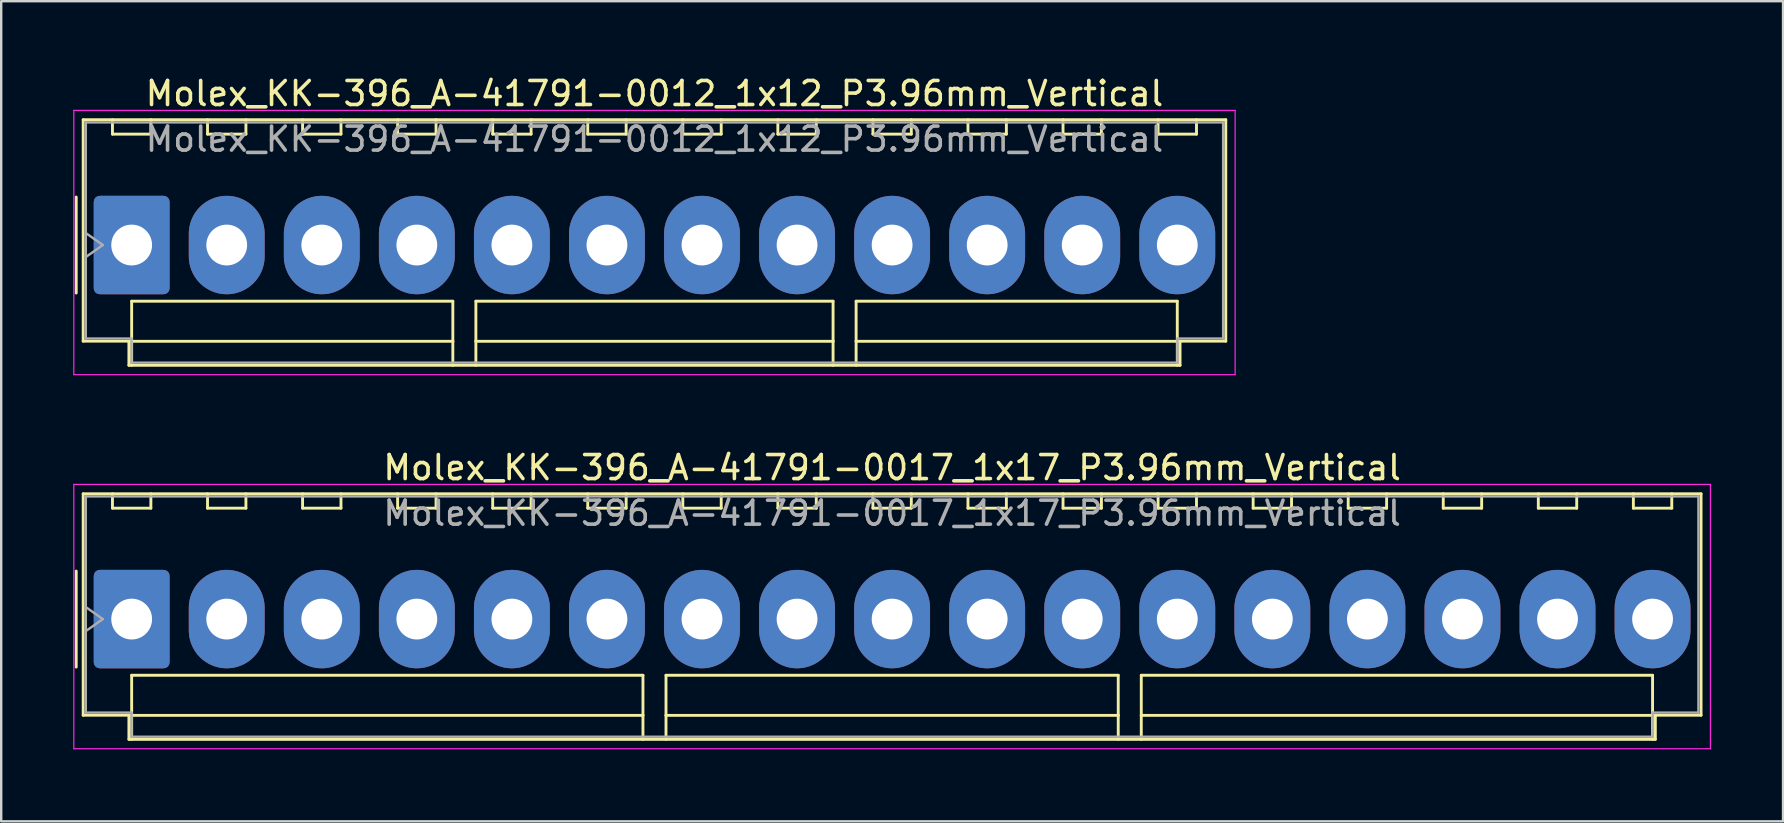
<source format=kicad_pcb>
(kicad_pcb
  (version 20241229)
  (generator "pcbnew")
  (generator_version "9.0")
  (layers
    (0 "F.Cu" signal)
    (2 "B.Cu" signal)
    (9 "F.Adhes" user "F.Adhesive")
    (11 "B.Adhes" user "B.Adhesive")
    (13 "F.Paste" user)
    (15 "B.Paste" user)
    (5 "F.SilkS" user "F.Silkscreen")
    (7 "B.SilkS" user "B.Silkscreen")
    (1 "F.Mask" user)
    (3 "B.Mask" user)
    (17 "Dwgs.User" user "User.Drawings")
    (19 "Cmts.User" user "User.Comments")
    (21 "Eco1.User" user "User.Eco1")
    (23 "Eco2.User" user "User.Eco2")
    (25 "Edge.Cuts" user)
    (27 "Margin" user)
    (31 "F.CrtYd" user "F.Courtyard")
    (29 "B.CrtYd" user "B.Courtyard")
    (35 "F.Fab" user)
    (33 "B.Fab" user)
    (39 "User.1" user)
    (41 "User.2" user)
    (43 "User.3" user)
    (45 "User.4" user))
  (footprint "Molex_KK-396_A-41791-0012_1x12_P3.96mm_Vertical"
    (layer "F.Cu")
    (at 2.435 7.158)
    (property "Reference" "Molex_KK-396_A-41791-0012_1x12_P3.96mm_Vertical" (at 21.78 -6.31 0) (layer "F.SilkS") (effects (font (size 1 1) (thickness 0.15))))
    (attr through_hole)
    (fp_line (start -2.31 -2) (end -2.31 2) (stroke (width 0.12) (type solid)) (layer "F.SilkS"))
    (fp_line (start -2.02 -5.22) (end 45.58 -5.22) (stroke (width 0.12) (type solid)) (layer "F.SilkS"))
    (fp_line (start -2.02 4.005) (end -2.02 -5.22) (stroke (width 0.12) (type solid)) (layer "F.SilkS"))
    (fp_line (start -0.8 -5.22) (end -0.8 -4.62) (stroke (width 0.12) (type solid)) (layer "F.SilkS"))
    (fp_line (start -0.8 -4.62) (end 0.8 -4.62) (stroke (width 0.12) (type solid)) (layer "F.SilkS"))
    (fp_line (start -0.115 4.005) (end -2.02 4.005) (stroke (width 0.12) (type solid)) (layer "F.SilkS"))
    (fp_line (start -0.115 5.01) (end -0.115 4.005) (stroke (width 0.12) (type solid)) (layer "F.SilkS"))
    (fp_line (start 0 2.34) (end 13.38 2.34) (stroke (width 0.12) (type solid)) (layer "F.SilkS"))
    (fp_line (start 0 4.01) (end 0 2.34) (stroke (width 0.12) (type solid)) (layer "F.SilkS"))
    (fp_line (start 0 4.01) (end 13.38 4.01) (stroke (width 0.12) (type solid)) (layer "F.SilkS"))
    (fp_line (start 0 5.01) (end 0 4.01) (stroke (width 0.12) (type solid)) (layer "F.SilkS"))
    (fp_line (start 0.8 -4.62) (end 0.8 -5.22) (stroke (width 0.12) (type solid)) (layer "F.SilkS"))
    (fp_line (start 3.16 -5.22) (end 3.16 -4.62) (stroke (width 0.12) (type solid)) (layer "F.SilkS"))
    (fp_line (start 3.16 -4.62) (end 4.76 -4.62) (stroke (width 0.12) (type solid)) (layer "F.SilkS"))
    (fp_line (start 4.76 -4.62) (end 4.76 -5.22) (stroke (width 0.12) (type solid)) (layer "F.SilkS"))
    (fp_line (start 7.12 -5.22) (end 7.12 -4.62) (stroke (width 0.12) (type solid)) (layer "F.SilkS"))
    (fp_line (start 7.12 -4.62) (end 8.72 -4.62) (stroke (width 0.12) (type solid)) (layer "F.SilkS"))
    (fp_line (start 8.72 -4.62) (end 8.72 -5.22) (stroke (width 0.12) (type solid)) (layer "F.SilkS"))
    (fp_line (start 11.08 -5.22) (end 11.08 -4.62) (stroke (width 0.12) (type solid)) (layer "F.SilkS"))
    (fp_line (start 11.08 -4.62) (end 12.68 -4.62) (stroke (width 0.12) (type solid)) (layer "F.SilkS"))
    (fp_line (start 12.68 -4.62) (end 12.68 -5.22) (stroke (width 0.12) (type solid)) (layer "F.SilkS"))
    (fp_line (start 13.38 2.34) (end 13.38 4.01) (stroke (width 0.12) (type solid)) (layer "F.SilkS"))
    (fp_line (start 13.38 4.01) (end 13.38 5.01) (stroke (width 0.12) (type solid)) (layer "F.SilkS"))
    (fp_line (start 14.34 2.34) (end 29.22 2.34) (stroke (width 0.12) (type solid)) (layer "F.SilkS"))
    (fp_line (start 14.34 4.01) (end 14.34 2.34) (stroke (width 0.12) (type solid)) (layer "F.SilkS"))
    (fp_line (start 14.34 4.01) (end 29.22 4.01) (stroke (width 0.12) (type solid)) (layer "F.SilkS"))
    (fp_line (start 14.34 5.01) (end 14.34 4.01) (stroke (width 0.12) (type solid)) (layer "F.SilkS"))
    (fp_line (start 15.04 -5.22) (end 15.04 -4.62) (stroke (width 0.12) (type solid)) (layer "F.SilkS"))
    (fp_line (start 15.04 -4.62) (end 16.64 -4.62) (stroke (width 0.12) (type solid)) (layer "F.SilkS"))
    (fp_line (start 16.64 -4.62) (end 16.64 -5.22) (stroke (width 0.12) (type solid)) (layer "F.SilkS"))
    (fp_line (start 19 -5.22) (end 19 -4.62) (stroke (width 0.12) (type solid)) (layer "F.SilkS"))
    (fp_line (start 19 -4.62) (end 20.6 -4.62) (stroke (width 0.12) (type solid)) (layer "F.SilkS"))
    (fp_line (start 20.6 -4.62) (end 20.6 -5.22) (stroke (width 0.12) (type solid)) (layer "F.SilkS"))
    (fp_line (start 22.96 -5.22) (end 22.96 -4.62) (stroke (width 0.12) (type solid)) (layer "F.SilkS"))
    (fp_line (start 22.96 -4.62) (end 24.56 -4.62) (stroke (width 0.12) (type solid)) (layer "F.SilkS"))
    (fp_line (start 24.56 -4.62) (end 24.56 -5.22) (stroke (width 0.12) (type solid)) (layer "F.SilkS"))
    (fp_line (start 26.92 -5.22) (end 26.92 -4.62) (stroke (width 0.12) (type solid)) (layer "F.SilkS"))
    (fp_line (start 26.92 -4.62) (end 28.52 -4.62) (stroke (width 0.12) (type solid)) (layer "F.SilkS"))
    (fp_line (start 28.52 -4.62) (end 28.52 -5.22) (stroke (width 0.12) (type solid)) (layer "F.SilkS"))
    (fp_line (start 29.22 2.34) (end 29.22 4.01) (stroke (width 0.12) (type solid)) (layer "F.SilkS"))
    (fp_line (start 29.22 4.01) (end 29.22 5.01) (stroke (width 0.12) (type solid)) (layer "F.SilkS"))
    (fp_line (start 30.18 2.34) (end 43.56 2.34) (stroke (width 0.12) (type solid)) (layer "F.SilkS"))
    (fp_line (start 30.18 4.01) (end 30.18 2.34) (stroke (width 0.12) (type solid)) (layer "F.SilkS"))
    (fp_line (start 30.18 4.01) (end 43.56 4.01) (stroke (width 0.12) (type solid)) (layer "F.SilkS"))
    (fp_line (start 30.18 5.01) (end 30.18 4.01) (stroke (width 0.12) (type solid)) (layer "F.SilkS"))
    (fp_line (start 30.88 -5.22) (end 30.88 -4.62) (stroke (width 0.12) (type solid)) (layer "F.SilkS"))
    (fp_line (start 30.88 -4.62) (end 32.48 -4.62) (stroke (width 0.12) (type solid)) (layer "F.SilkS"))
    (fp_line (start 32.48 -4.62) (end 32.48 -5.22) (stroke (width 0.12) (type solid)) (layer "F.SilkS"))
    (fp_line (start 34.84 -5.22) (end 34.84 -4.62) (stroke (width 0.12) (type solid)) (layer "F.SilkS"))
    (fp_line (start 34.84 -4.62) (end 36.44 -4.62) (stroke (width 0.12) (type solid)) (layer "F.SilkS"))
    (fp_line (start 36.44 -4.62) (end 36.44 -5.22) (stroke (width 0.12) (type solid)) (layer "F.SilkS"))
    (fp_line (start 38.8 -5.22) (end 38.8 -4.62) (stroke (width 0.12) (type solid)) (layer "F.SilkS"))
    (fp_line (start 38.8 -4.62) (end 40.4 -4.62) (stroke (width 0.12) (type solid)) (layer "F.SilkS"))
    (fp_line (start 40.4 -4.62) (end 40.4 -5.22) (stroke (width 0.12) (type solid)) (layer "F.SilkS"))
    (fp_line (start 42.76 -5.22) (end 42.76 -4.62) (stroke (width 0.12) (type solid)) (layer "F.SilkS"))
    (fp_line (start 42.76 -4.62) (end 44.36 -4.62) (stroke (width 0.12) (type solid)) (layer "F.SilkS"))
    (fp_line (start 43.56 2.34) (end 43.56 4.01) (stroke (width 0.12) (type solid)) (layer "F.SilkS"))
    (fp_line (start 43.56 4.01) (end 43.56 5.01) (stroke (width 0.12) (type solid)) (layer "F.SilkS"))
    (fp_line (start 43.675 4.005) (end 43.675 5.01) (stroke (width 0.12) (type solid)) (layer "F.SilkS"))
    (fp_line (start 43.675 5.01) (end -0.115 5.01) (stroke (width 0.12) (type solid)) (layer "F.SilkS"))
    (fp_line (start 44.36 -4.62) (end 44.36 -5.22) (stroke (width 0.12) (type solid)) (layer "F.SilkS"))
    (fp_line (start 45.58 -5.22) (end 45.58 4.005) (stroke (width 0.12) (type solid)) (layer "F.SilkS"))
    (fp_line (start 45.58 4.005) (end 43.675 4.005) (stroke (width 0.12) (type solid)) (layer "F.SilkS"))
    (fp_line (start -2.41 -5.61) (end -2.41 5.4) (stroke (width 0.05) (type solid)) (layer "F.CrtYd"))
    (fp_line (start -2.41 5.4) (end 45.97 5.4) (stroke (width 0.05) (type solid)) (layer "F.CrtYd"))
    (fp_line (start 45.97 -5.61) (end -2.41 -5.61) (stroke (width 0.05) (type solid)) (layer "F.CrtYd"))
    (fp_line (start 45.97 5.4) (end 45.97 -5.61) (stroke (width 0.05) (type solid)) (layer "F.CrtYd"))
    (fp_line (start -1.91 -5.11) (end 45.47 -5.11) (stroke (width 0.1) (type solid)) (layer "F.Fab"))
    (fp_line (start -1.91 -0.5) (end -1.203 0) (stroke (width 0.1) (type solid)) (layer "F.Fab"))
    (fp_line (start -1.91 3.895) (end -1.91 -5.11) (stroke (width 0.1) (type solid)) (layer "F.Fab"))
    (fp_line (start -1.203 0) (end -1.91 0.5) (stroke (width 0.1) (type solid)) (layer "F.Fab"))
    (fp_line (start -0.005 3.895) (end -1.91 3.895) (stroke (width 0.1) (type solid)) (layer "F.Fab"))
    (fp_line (start -0.005 4.9) (end -0.005 3.895) (stroke (width 0.1) (type solid)) (layer "F.Fab"))
    (fp_line (start 43.565 3.895) (end 43.565 4.9) (stroke (width 0.1) (type solid)) (layer "F.Fab"))
    (fp_line (start 43.565 4.9) (end -0.005 4.9) (stroke (width 0.1) (type solid)) (layer "F.Fab"))
    (fp_line (start 45.47 -5.11) (end 45.47 3.895) (stroke (width 0.1) (type solid)) (layer "F.Fab"))
    (fp_line (start 45.47 3.895) (end 43.565 3.895) (stroke (width 0.1) (type solid)) (layer "F.Fab"))
    (fp_text user "${REFERENCE}" (at 21.78 -4.41 0) (layer "F.Fab") (effects (font (size 1 1) (thickness 0.15))))
    (pad "1" thru_hole roundrect (at 0 0) (size 3.16 4.1) (drill 1.7) (layers "*.Cu" "*.Mask") (roundrect_rratio 0.079))
    (pad "2" thru_hole oval (at 3.96 0) (size 3.16 4.1) (drill 1.7) (layers "*.Cu" "*.Mask"))
    (pad "3" thru_hole oval (at 7.92 0) (size 3.16 4.1) (drill 1.7) (layers "*.Cu" "*.Mask"))
    (pad "4" thru_hole oval (at 11.88 0) (size 3.16 4.1) (drill 1.7) (layers "*.Cu" "*.Mask"))
    (pad "5" thru_hole oval (at 15.84 0) (size 3.16 4.1) (drill 1.7) (layers "*.Cu" "*.Mask"))
    (pad "6" thru_hole oval (at 19.8 0) (size 3.16 4.1) (drill 1.7) (layers "*.Cu" "*.Mask"))
    (pad "7" thru_hole oval (at 23.76 0) (size 3.16 4.1) (drill 1.7) (layers "*.Cu" "*.Mask"))
    (pad "8" thru_hole oval (at 27.72 0) (size 3.16 4.1) (drill 1.7) (layers "*.Cu" "*.Mask"))
    (pad "9" thru_hole oval (at 31.68 0) (size 3.16 4.1) (drill 1.7) (layers "*.Cu" "*.Mask"))
    (pad "10" thru_hole oval (at 35.64 0) (size 3.16 4.1) (drill 1.7) (layers "*.Cu" "*.Mask"))
    (pad "11" thru_hole oval (at 39.6 0) (size 3.16 4.1) (drill 1.7) (layers "*.Cu" "*.Mask"))
    (pad "12" thru_hole oval (at 43.56 0) (size 3.16 4.1) (drill 1.7) (layers "*.Cu" "*.Mask")))
  (footprint "Molex_KK-396_A-41791-0017_1x17_P3.96mm_Vertical"
    (layer "F.Cu")
    (at 2.435 22.741)
    (property "Reference" "Molex_KK-396_A-41791-0017_1x17_P3.96mm_Vertical" (at 31.68 -6.31 0) (layer "F.SilkS") (effects (font (size 1 1) (thickness 0.15))))
    (attr through_hole)
    (fp_line (start -2.31 -2) (end -2.31 2) (stroke (width 0.12) (type solid)) (layer "F.SilkS"))
    (fp_line (start -2.02 -5.22) (end 65.38 -5.22) (stroke (width 0.12) (type solid)) (layer "F.SilkS"))
    (fp_line (start -2.02 4.005) (end -2.02 -5.22) (stroke (width 0.12) (type solid)) (layer "F.SilkS"))
    (fp_line (start -0.8 -5.22) (end -0.8 -4.62) (stroke (width 0.12) (type solid)) (layer "F.SilkS"))
    (fp_line (start -0.8 -4.62) (end 0.8 -4.62) (stroke (width 0.12) (type solid)) (layer "F.SilkS"))
    (fp_line (start -0.115 4.005) (end -2.02 4.005) (stroke (width 0.12) (type solid)) (layer "F.SilkS"))
    (fp_line (start -0.115 5.01) (end -0.115 4.005) (stroke (width 0.12) (type solid)) (layer "F.SilkS"))
    (fp_line (start 0 2.34) (end 21.3 2.34) (stroke (width 0.12) (type solid)) (layer "F.SilkS"))
    (fp_line (start 0 4.01) (end 0 2.34) (stroke (width 0.12) (type solid)) (layer "F.SilkS"))
    (fp_line (start 0 4.01) (end 21.3 4.01) (stroke (width 0.12) (type solid)) (layer "F.SilkS"))
    (fp_line (start 0 5.01) (end 0 4.01) (stroke (width 0.12) (type solid)) (layer "F.SilkS"))
    (fp_line (start 0.8 -4.62) (end 0.8 -5.22) (stroke (width 0.12) (type solid)) (layer "F.SilkS"))
    (fp_line (start 3.16 -5.22) (end 3.16 -4.62) (stroke (width 0.12) (type solid)) (layer "F.SilkS"))
    (fp_line (start 3.16 -4.62) (end 4.76 -4.62) (stroke (width 0.12) (type solid)) (layer "F.SilkS"))
    (fp_line (start 4.76 -4.62) (end 4.76 -5.22) (stroke (width 0.12) (type solid)) (layer "F.SilkS"))
    (fp_line (start 7.12 -5.22) (end 7.12 -4.62) (stroke (width 0.12) (type solid)) (layer "F.SilkS"))
    (fp_line (start 7.12 -4.62) (end 8.72 -4.62) (stroke (width 0.12) (type solid)) (layer "F.SilkS"))
    (fp_line (start 8.72 -4.62) (end 8.72 -5.22) (stroke (width 0.12) (type solid)) (layer "F.SilkS"))
    (fp_line (start 11.08 -5.22) (end 11.08 -4.62) (stroke (width 0.12) (type solid)) (layer "F.SilkS"))
    (fp_line (start 11.08 -4.62) (end 12.68 -4.62) (stroke (width 0.12) (type solid)) (layer "F.SilkS"))
    (fp_line (start 12.68 -4.62) (end 12.68 -5.22) (stroke (width 0.12) (type solid)) (layer "F.SilkS"))
    (fp_line (start 15.04 -5.22) (end 15.04 -4.62) (stroke (width 0.12) (type solid)) (layer "F.SilkS"))
    (fp_line (start 15.04 -4.62) (end 16.64 -4.62) (stroke (width 0.12) (type solid)) (layer "F.SilkS"))
    (fp_line (start 16.64 -4.62) (end 16.64 -5.22) (stroke (width 0.12) (type solid)) (layer "F.SilkS"))
    (fp_line (start 19 -5.22) (end 19 -4.62) (stroke (width 0.12) (type solid)) (layer "F.SilkS"))
    (fp_line (start 19 -4.62) (end 20.6 -4.62) (stroke (width 0.12) (type solid)) (layer "F.SilkS"))
    (fp_line (start 20.6 -4.62) (end 20.6 -5.22) (stroke (width 0.12) (type solid)) (layer "F.SilkS"))
    (fp_line (start 21.3 2.34) (end 21.3 4.01) (stroke (width 0.12) (type solid)) (layer "F.SilkS"))
    (fp_line (start 21.3 4.01) (end 21.3 5.01) (stroke (width 0.12) (type solid)) (layer "F.SilkS"))
    (fp_line (start 22.26 2.34) (end 41.1 2.34) (stroke (width 0.12) (type solid)) (layer "F.SilkS"))
    (fp_line (start 22.26 4.01) (end 22.26 2.34) (stroke (width 0.12) (type solid)) (layer "F.SilkS"))
    (fp_line (start 22.26 4.01) (end 41.1 4.01) (stroke (width 0.12) (type solid)) (layer "F.SilkS"))
    (fp_line (start 22.26 5.01) (end 22.26 4.01) (stroke (width 0.12) (type solid)) (layer "F.SilkS"))
    (fp_line (start 22.96 -5.22) (end 22.96 -4.62) (stroke (width 0.12) (type solid)) (layer "F.SilkS"))
    (fp_line (start 22.96 -4.62) (end 24.56 -4.62) (stroke (width 0.12) (type solid)) (layer "F.SilkS"))
    (fp_line (start 24.56 -4.62) (end 24.56 -5.22) (stroke (width 0.12) (type solid)) (layer "F.SilkS"))
    (fp_line (start 26.92 -5.22) (end 26.92 -4.62) (stroke (width 0.12) (type solid)) (layer "F.SilkS"))
    (fp_line (start 26.92 -4.62) (end 28.52 -4.62) (stroke (width 0.12) (type solid)) (layer "F.SilkS"))
    (fp_line (start 28.52 -4.62) (end 28.52 -5.22) (stroke (width 0.12) (type solid)) (layer "F.SilkS"))
    (fp_line (start 30.88 -5.22) (end 30.88 -4.62) (stroke (width 0.12) (type solid)) (layer "F.SilkS"))
    (fp_line (start 30.88 -4.62) (end 32.48 -4.62) (stroke (width 0.12) (type solid)) (layer "F.SilkS"))
    (fp_line (start 32.48 -4.62) (end 32.48 -5.22) (stroke (width 0.12) (type solid)) (layer "F.SilkS"))
    (fp_line (start 34.84 -5.22) (end 34.84 -4.62) (stroke (width 0.12) (type solid)) (layer "F.SilkS"))
    (fp_line (start 34.84 -4.62) (end 36.44 -4.62) (stroke (width 0.12) (type solid)) (layer "F.SilkS"))
    (fp_line (start 36.44 -4.62) (end 36.44 -5.22) (stroke (width 0.12) (type solid)) (layer "F.SilkS"))
    (fp_line (start 38.8 -5.22) (end 38.8 -4.62) (stroke (width 0.12) (type solid)) (layer "F.SilkS"))
    (fp_line (start 38.8 -4.62) (end 40.4 -4.62) (stroke (width 0.12) (type solid)) (layer "F.SilkS"))
    (fp_line (start 40.4 -4.62) (end 40.4 -5.22) (stroke (width 0.12) (type solid)) (layer "F.SilkS"))
    (fp_line (start 41.1 2.34) (end 41.1 4.01) (stroke (width 0.12) (type solid)) (layer "F.SilkS"))
    (fp_line (start 41.1 4.01) (end 41.1 5.01) (stroke (width 0.12) (type solid)) (layer "F.SilkS"))
    (fp_line (start 42.06 2.34) (end 63.36 2.34) (stroke (width 0.12) (type solid)) (layer "F.SilkS"))
    (fp_line (start 42.06 4.01) (end 42.06 2.34) (stroke (width 0.12) (type solid)) (layer "F.SilkS"))
    (fp_line (start 42.06 4.01) (end 63.36 4.01) (stroke (width 0.12) (type solid)) (layer "F.SilkS"))
    (fp_line (start 42.06 5.01) (end 42.06 4.01) (stroke (width 0.12) (type solid)) (layer "F.SilkS"))
    (fp_line (start 42.76 -5.22) (end 42.76 -4.62) (stroke (width 0.12) (type solid)) (layer "F.SilkS"))
    (fp_line (start 42.76 -4.62) (end 44.36 -4.62) (stroke (width 0.12) (type solid)) (layer "F.SilkS"))
    (fp_line (start 44.36 -4.62) (end 44.36 -5.22) (stroke (width 0.12) (type solid)) (layer "F.SilkS"))
    (fp_line (start 46.72 -5.22) (end 46.72 -4.62) (stroke (width 0.12) (type solid)) (layer "F.SilkS"))
    (fp_line (start 46.72 -4.62) (end 48.32 -4.62) (stroke (width 0.12) (type solid)) (layer "F.SilkS"))
    (fp_line (start 48.32 -4.62) (end 48.32 -5.22) (stroke (width 0.12) (type solid)) (layer "F.SilkS"))
    (fp_line (start 50.68 -5.22) (end 50.68 -4.62) (stroke (width 0.12) (type solid)) (layer "F.SilkS"))
    (fp_line (start 50.68 -4.62) (end 52.28 -4.62) (stroke (width 0.12) (type solid)) (layer "F.SilkS"))
    (fp_line (start 52.28 -4.62) (end 52.28 -5.22) (stroke (width 0.12) (type solid)) (layer "F.SilkS"))
    (fp_line (start 54.64 -5.22) (end 54.64 -4.62) (stroke (width 0.12) (type solid)) (layer "F.SilkS"))
    (fp_line (start 54.64 -4.62) (end 56.24 -4.62) (stroke (width 0.12) (type solid)) (layer "F.SilkS"))
    (fp_line (start 56.24 -4.62) (end 56.24 -5.22) (stroke (width 0.12) (type solid)) (layer "F.SilkS"))
    (fp_line (start 58.6 -5.22) (end 58.6 -4.62) (stroke (width 0.12) (type solid)) (layer "F.SilkS"))
    (fp_line (start 58.6 -4.62) (end 60.2 -4.62) (stroke (width 0.12) (type solid)) (layer "F.SilkS"))
    (fp_line (start 60.2 -4.62) (end 60.2 -5.22) (stroke (width 0.12) (type solid)) (layer "F.SilkS"))
    (fp_line (start 62.56 -5.22) (end 62.56 -4.62) (stroke (width 0.12) (type solid)) (layer "F.SilkS"))
    (fp_line (start 62.56 -4.62) (end 64.16 -4.62) (stroke (width 0.12) (type solid)) (layer "F.SilkS"))
    (fp_line (start 63.36 2.34) (end 63.36 4.01) (stroke (width 0.12) (type solid)) (layer "F.SilkS"))
    (fp_line (start 63.36 4.01) (end 63.36 5.01) (stroke (width 0.12) (type solid)) (layer "F.SilkS"))
    (fp_line (start 63.475 4.005) (end 63.475 5.01) (stroke (width 0.12) (type solid)) (layer "F.SilkS"))
    (fp_line (start 63.475 5.01) (end -0.115 5.01) (stroke (width 0.12) (type solid)) (layer "F.SilkS"))
    (fp_line (start 64.16 -4.62) (end 64.16 -5.22) (stroke (width 0.12) (type solid)) (layer "F.SilkS"))
    (fp_line (start 65.38 -5.22) (end 65.38 4.005) (stroke (width 0.12) (type solid)) (layer "F.SilkS"))
    (fp_line (start 65.38 4.005) (end 63.475 4.005) (stroke (width 0.12) (type solid)) (layer "F.SilkS"))
    (fp_line (start -2.41 -5.61) (end -2.41 5.4) (stroke (width 0.05) (type solid)) (layer "F.CrtYd"))
    (fp_line (start -2.41 5.4) (end 65.77 5.4) (stroke (width 0.05) (type solid)) (layer "F.CrtYd"))
    (fp_line (start 65.77 -5.61) (end -2.41 -5.61) (stroke (width 0.05) (type solid)) (layer "F.CrtYd"))
    (fp_line (start 65.77 5.4) (end 65.77 -5.61) (stroke (width 0.05) (type solid)) (layer "F.CrtYd"))
    (fp_line (start -1.91 -5.11) (end 65.27 -5.11) (stroke (width 0.1) (type solid)) (layer "F.Fab"))
    (fp_line (start -1.91 -0.5) (end -1.203 0) (stroke (width 0.1) (type solid)) (layer "F.Fab"))
    (fp_line (start -1.91 3.895) (end -1.91 -5.11) (stroke (width 0.1) (type solid)) (layer "F.Fab"))
    (fp_line (start -1.203 0) (end -1.91 0.5) (stroke (width 0.1) (type solid)) (layer "F.Fab"))
    (fp_line (start -0.005 3.895) (end -1.91 3.895) (stroke (width 0.1) (type solid)) (layer "F.Fab"))
    (fp_line (start -0.005 4.9) (end -0.005 3.895) (stroke (width 0.1) (type solid)) (layer "F.Fab"))
    (fp_line (start 63.365 3.895) (end 63.365 4.9) (stroke (width 0.1) (type solid)) (layer "F.Fab"))
    (fp_line (start 63.365 4.9) (end -0.005 4.9) (stroke (width 0.1) (type solid)) (layer "F.Fab"))
    (fp_line (start 65.27 -5.11) (end 65.27 3.895) (stroke (width 0.1) (type solid)) (layer "F.Fab"))
    (fp_line (start 65.27 3.895) (end 63.365 3.895) (stroke (width 0.1) (type solid)) (layer "F.Fab"))
    (fp_text user "${REFERENCE}" (at 31.68 -4.41 0) (layer "F.Fab") (effects (font (size 1 1) (thickness 0.15))))
    (pad "1" thru_hole roundrect (at 0 0) (size 3.16 4.1) (drill 1.7) (layers "*.Cu" "*.Mask") (roundrect_rratio 0.079))
    (pad "2" thru_hole oval (at 3.96 0) (size 3.16 4.1) (drill 1.7) (layers "*.Cu" "*.Mask"))
    (pad "3" thru_hole oval (at 7.92 0) (size 3.16 4.1) (drill 1.7) (layers "*.Cu" "*.Mask"))
    (pad "4" thru_hole oval (at 11.88 0) (size 3.16 4.1) (drill 1.7) (layers "*.Cu" "*.Mask"))
    (pad "5" thru_hole oval (at 15.84 0) (size 3.16 4.1) (drill 1.7) (layers "*.Cu" "*.Mask"))
    (pad "6" thru_hole oval (at 19.8 0) (size 3.16 4.1) (drill 1.7) (layers "*.Cu" "*.Mask"))
    (pad "7" thru_hole oval (at 23.76 0) (size 3.16 4.1) (drill 1.7) (layers "*.Cu" "*.Mask"))
    (pad "8" thru_hole oval (at 27.72 0) (size 3.16 4.1) (drill 1.7) (layers "*.Cu" "*.Mask"))
    (pad "9" thru_hole oval (at 31.68 0) (size 3.16 4.1) (drill 1.7) (layers "*.Cu" "*.Mask"))
    (pad "10" thru_hole oval (at 35.64 0) (size 3.16 4.1) (drill 1.7) (layers "*.Cu" "*.Mask"))
    (pad "11" thru_hole oval (at 39.6 0) (size 3.16 4.1) (drill 1.7) (layers "*.Cu" "*.Mask"))
    (pad "12" thru_hole oval (at 43.56 0) (size 3.16 4.1) (drill 1.7) (layers "*.Cu" "*.Mask"))
    (pad "13" thru_hole oval (at 47.52 0) (size 3.16 4.1) (drill 1.7) (layers "*.Cu" "*.Mask"))
    (pad "14" thru_hole oval (at 51.48 0) (size 3.16 4.1) (drill 1.7) (layers "*.Cu" "*.Mask"))
    (pad "15" thru_hole oval (at 55.44 0) (size 3.16 4.1) (drill 1.7) (layers "*.Cu" "*.Mask"))
    (pad "16" thru_hole oval (at 59.4 0) (size 3.16 4.1) (drill 1.7) (layers "*.Cu" "*.Mask"))
    (pad "17" thru_hole oval (at 63.36 0) (size 3.16 4.1) (drill 1.7) (layers "*.Cu" "*.Mask")))
  (gr_rect
    (start -3 -3)
    (end 71.23 31.166)
    (stroke (width 0.1) (type default))
    (fill no)
    (layer "Edge.Cuts")))
</source>
